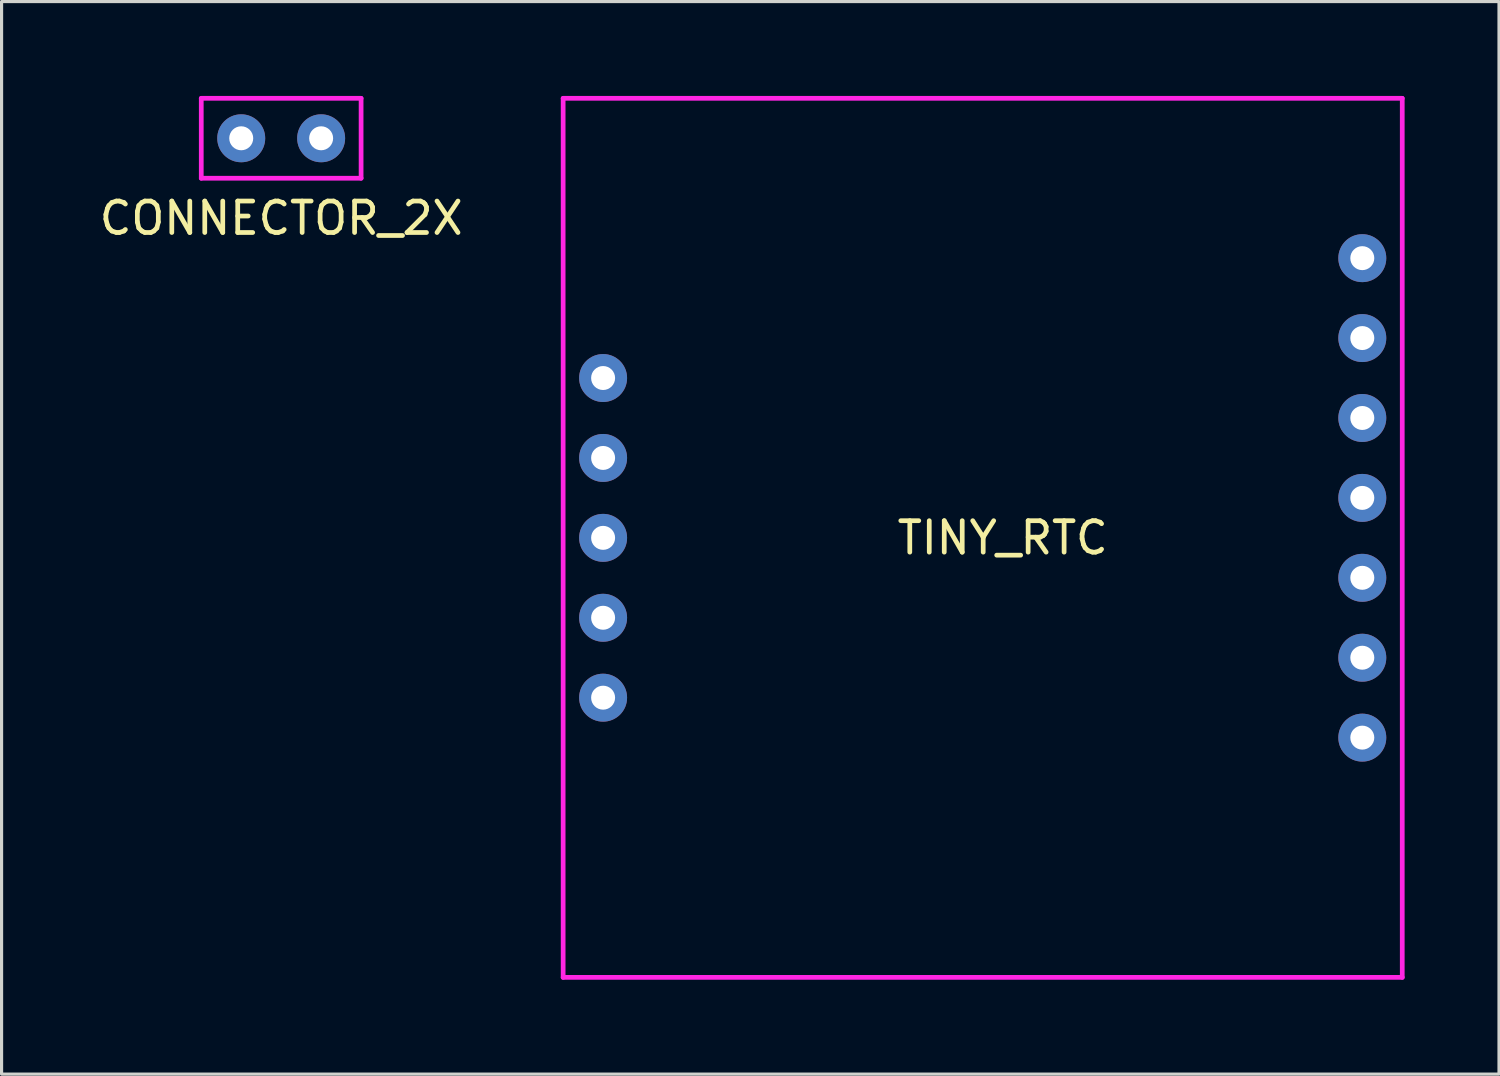
<source format=kicad_pcb>
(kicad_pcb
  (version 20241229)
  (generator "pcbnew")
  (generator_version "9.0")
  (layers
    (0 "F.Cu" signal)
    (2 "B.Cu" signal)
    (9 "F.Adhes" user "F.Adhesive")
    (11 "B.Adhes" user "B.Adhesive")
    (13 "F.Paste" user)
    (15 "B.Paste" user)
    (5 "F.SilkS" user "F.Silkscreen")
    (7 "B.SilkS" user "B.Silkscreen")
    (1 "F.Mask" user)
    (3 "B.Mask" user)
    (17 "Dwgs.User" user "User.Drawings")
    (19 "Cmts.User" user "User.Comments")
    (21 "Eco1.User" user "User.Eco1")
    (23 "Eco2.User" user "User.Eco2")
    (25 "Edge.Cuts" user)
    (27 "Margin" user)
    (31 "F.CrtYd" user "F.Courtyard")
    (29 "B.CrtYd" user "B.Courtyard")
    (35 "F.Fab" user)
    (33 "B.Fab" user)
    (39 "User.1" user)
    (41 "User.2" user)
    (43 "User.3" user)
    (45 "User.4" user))
  (footprint "TINY_RTC"
    (layer "F.Cu")
    (at 21.199 1.345)
    (property "Reference" "TINY_RTC" (at 7.62 12.7 0) (layer "F.SilkS") (effects (font (size 1 1) (thickness 0.15))))
    (attr through_hole)
    (fp_line (start -6.35 -1.27) (end 20.32 -1.27) (stroke (width 0.15) (type solid)) (layer "F.CrtYd"))
    (fp_line (start -6.35 26.67) (end -6.35 -1.27) (stroke (width 0.15) (type solid)) (layer "F.CrtYd"))
    (fp_line (start -6.35 26.67) (end 20.32 26.67) (stroke (width 0.15) (type solid)) (layer "F.CrtYd"))
    (fp_line (start 20.32 -1.27) (end 20.32 26.67) (stroke (width 0.15) (type solid)) (layer "F.CrtYd"))
    (pad "1" thru_hole circle (at -5.08 7.62) (size 1.524 1.524) (drill 0.762) (layers "*.Cu" "*.Mask"))
    (pad "2" thru_hole circle (at -5.08 10.16) (size 1.524 1.524) (drill 0.762) (layers "*.Cu" "*.Mask"))
    (pad "3" thru_hole circle (at -5.08 12.7) (size 1.524 1.524) (drill 0.762) (layers "*.Cu" "*.Mask"))
    (pad "4" thru_hole circle (at -5.08 15.24) (size 1.524 1.524) (drill 0.762) (layers "*.Cu" "*.Mask"))
    (pad "5" thru_hole circle (at -5.08 17.78) (size 1.524 1.524) (drill 0.762) (layers "*.Cu" "*.Mask"))
    (pad "6" thru_hole circle (at 19.05 3.81) (size 1.524 1.524) (drill 0.762) (layers "*.Cu" "*.Mask"))
    (pad "7" thru_hole circle (at 19.05 6.35) (size 1.524 1.524) (drill 0.762) (layers "*.Cu" "*.Mask"))
    (pad "8" thru_hole circle (at 19.05 8.89) (size 1.524 1.524) (drill 0.762) (layers "*.Cu" "*.Mask"))
    (pad "9" thru_hole circle (at 19.05 11.43) (size 1.524 1.524) (drill 0.762) (layers "*.Cu" "*.Mask"))
    (pad "10" thru_hole circle (at 19.05 13.97) (size 1.524 1.524) (drill 0.762) (layers "*.Cu" "*.Mask"))
    (pad "11" thru_hole circle (at 19.05 16.51) (size 1.524 1.524) (drill 0.762) (layers "*.Cu" "*.Mask"))
    (pad "12" thru_hole circle (at 19.05 19.05) (size 1.524 1.524) (drill 0.762) (layers "*.Cu" "*.Mask")))
  (footprint "CONNECTOR_2X"
    (layer "F.Cu")
    (at 4.617 1.345)
    (property "Reference" "CONNECTOR_2X" (at 1.27 2.54 0) (layer "F.SilkS") (effects (font (size 1 1) (thickness 0.15))))
    (attr through_hole)
    (fp_line (start -1.27 -1.27) (end -1.27 1.27) (stroke (width 0.15) (type solid)) (layer "F.CrtYd"))
    (fp_line (start -1.27 1.27) (end 3.81 1.27) (stroke (width 0.15) (type solid)) (layer "F.CrtYd"))
    (fp_line (start 3.81 -1.27) (end -1.27 -1.27) (stroke (width 0.15) (type solid)) (layer "F.CrtYd"))
    (fp_line (start 3.81 1.27) (end 3.81 -1.27) (stroke (width 0.15) (type solid)) (layer "F.CrtYd"))
    (pad "1" thru_hole circle (at 0 0) (size 1.524 1.524) (drill 0.762) (layers "*.Cu" "*.Mask"))
    (pad "2" thru_hole circle (at 2.54 0) (size 1.524 1.524) (drill 0.762) (layers "*.Cu" "*.Mask")))
  (gr_rect
    (start -3 -3)
    (end 44.594 31.09)
    (stroke (width 0.1) (type default))
    (fill no)
    (layer "Edge.Cuts")))
</source>
